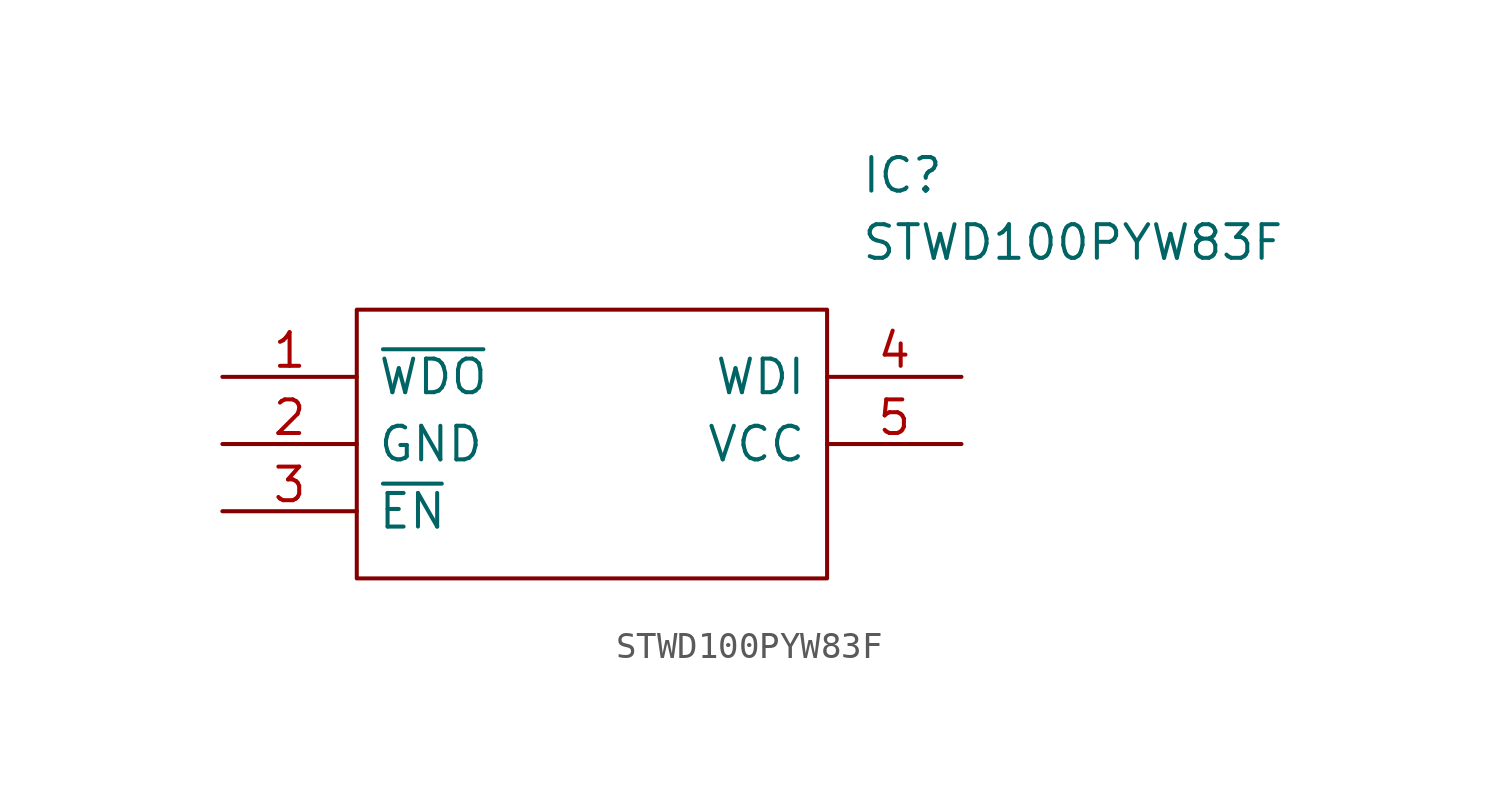
<source format=kicad_sym>
(kicad_symbol_lib
  (version 20211014)
  (generator kicad_symbol_editor)
  (symbol "STWD100PYW83F"
    (pin_names
      (offset 0.762))
    (property "Reference" "IC"
      (at 24.13 7.62 0)
      (effects (font (size 1.27 1.27)) (justify left)))
    (property "Value" "STWD100PYW83F"
      (at 24.13 5.08 0)
      (effects (font (size 1.27 1.27)) (justify left)))
    (symbol "STWD100PYW83F_0_0"
      (pin output line (at 0 0 0) (length 5.08) (name "~{WDO}" (effects (font (size 1.27 1.27)))) (number "1" (effects (font (size 1.27 1.27)))))
      (pin power_in line (at 0 -2.54 0) (length 5.08) (name "GND" (effects (font (size 1.27 1.27)))) (number "2" (effects (font (size 1.27 1.27)))))
      (pin output line (at 0 -5.08 0) (length 5.08) (name "~{EN}" (effects (font (size 1.27 1.27)))) (number "3" (effects (font (size 1.27 1.27)))))
      (pin input line (at 27.94 0 180) (length 5.08) (name "WDI" (effects (font (size 1.27 1.27)))) (number "4" (effects (font (size 1.27 1.27)))))
      (pin power_in line (at 27.94 -2.54 180) (length 5.08) (name "VCC" (effects (font (size 1.27 1.27)))) (number "5" (effects (font (size 1.27 1.27))))))
    (symbol "STWD100PYW83F_0_1"
      (polyline (pts (xy 5.08 2.54) (xy 22.86 2.54) (xy 22.86 -7.62) (xy 5.08 -7.62) (xy 5.08 2.54)) (stroke (width 0.152) (type default) (color 0 0 0 0)) (fill (type none))))))
</source>
